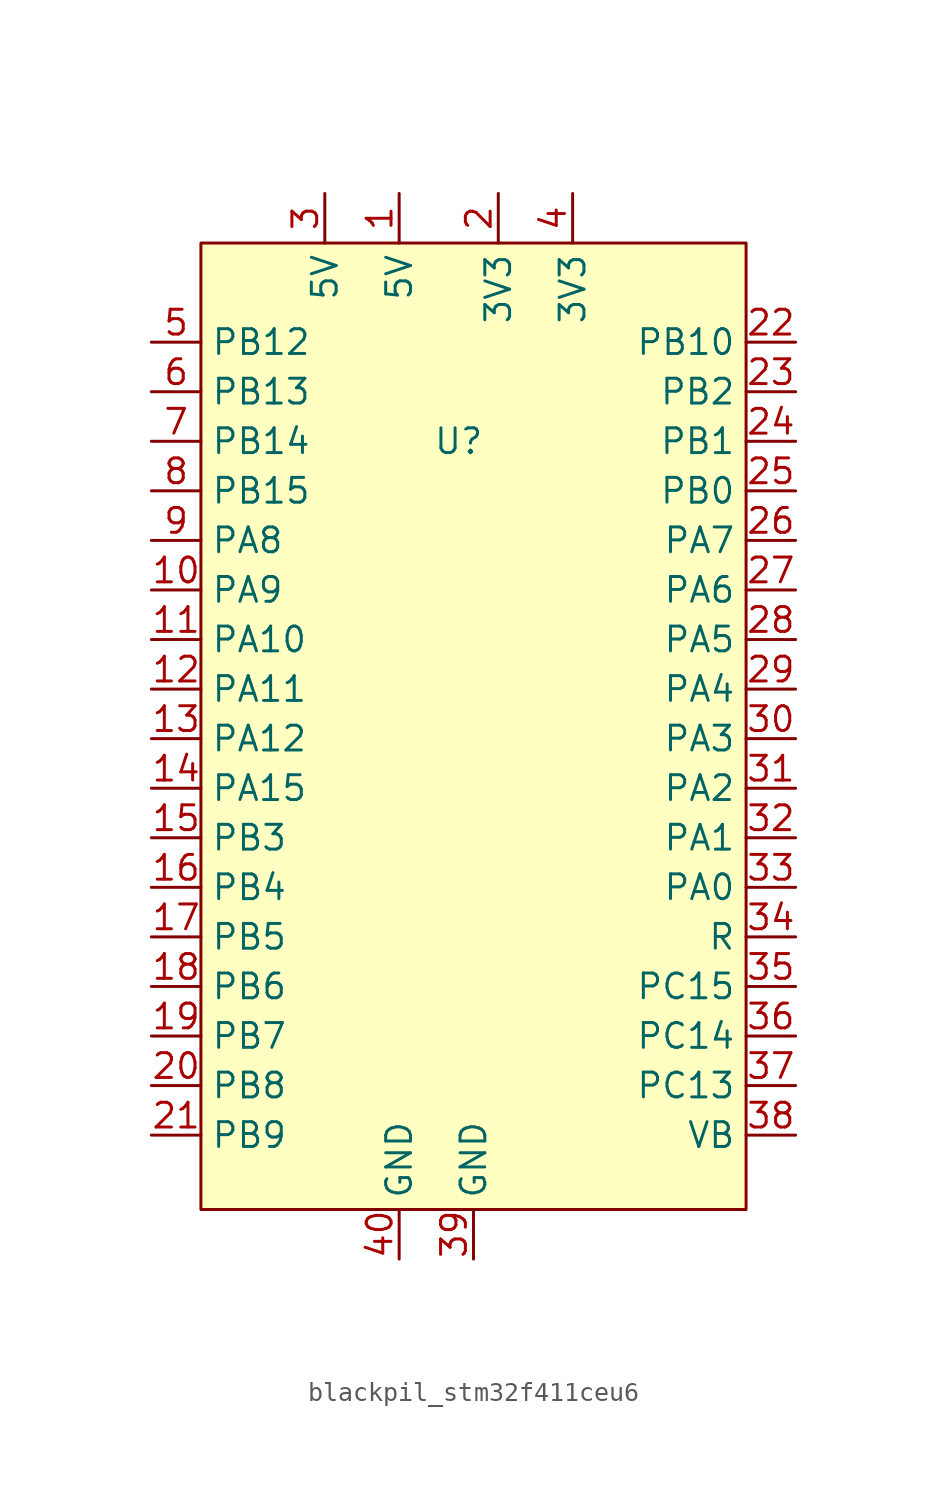
<source format=kicad_sym>
(kicad_symbol_lib
  (version 20241209)
  (generator "kicad_symbol_editor")
  (generator_version "9.0")
  (symbol "blackpil_stm32f411ceu6"
    (property "Reference" "U"
      (at 0.508 -1.27 0)
      (effects (font (size 1.27 1.27))))
    (property "Value" ""
      (at 0 0 0)
      (effects (font (size 1.27 1.27))))
    (symbol "blackpil_stm32f411ceu6_1_1"
      (rectangle (start -12.7 8.89) (end 15.24 -40.64) (stroke (width 0) (type solid)) (fill (type color) (color 255 255 194 1)))
      (pin input line (at -15.24 3.81 0) (length 2.54) (name "PB12" (effects (font (size 1.27 1.27)))) (number "5" (effects (font (size 1.27 1.27)))))
      (pin input line (at -15.24 1.27 0) (length 2.54) (name "PB13" (effects (font (size 1.27 1.27)))) (number "6" (effects (font (size 1.27 1.27)))))
      (pin input line (at -15.24 -1.27 0) (length 2.54) (name "PB14" (effects (font (size 1.27 1.27)))) (number "7" (effects (font (size 1.27 1.27)))))
      (pin input line (at -15.24 -3.81 0) (length 2.54) (name "PB15" (effects (font (size 1.27 1.27)))) (number "8" (effects (font (size 1.27 1.27)))))
      (pin input line (at -15.24 -6.35 0) (length 2.54) (name "PA8" (effects (font (size 1.27 1.27)))) (number "9" (effects (font (size 1.27 1.27)))))
      (pin input line (at -15.24 -8.89 0) (length 2.54) (name "PA9" (effects (font (size 1.27 1.27)))) (number "10" (effects (font (size 1.27 1.27)))))
      (pin input line (at -15.24 -11.43 0) (length 2.54) (name "PA10" (effects (font (size 1.27 1.27)))) (number "11" (effects (font (size 1.27 1.27)))))
      (pin input line (at -15.24 -13.97 0) (length 2.54) (name "PA11" (effects (font (size 1.27 1.27)))) (number "12" (effects (font (size 1.27 1.27)))))
      (pin input line (at -15.24 -16.51 0) (length 2.54) (name "PA12" (effects (font (size 1.27 1.27)))) (number "13" (effects (font (size 1.27 1.27)))))
      (pin input line (at -15.24 -19.05 0) (length 2.54) (name "PA15" (effects (font (size 1.27 1.27)))) (number "14" (effects (font (size 1.27 1.27)))))
      (pin input line (at -15.24 -21.59 0) (length 2.54) (name "PB3" (effects (font (size 1.27 1.27)))) (number "15" (effects (font (size 1.27 1.27)))))
      (pin input line (at -15.24 -24.13 0) (length 2.54) (name "PB4" (effects (font (size 1.27 1.27)))) (number "16" (effects (font (size 1.27 1.27)))))
      (pin input line (at -15.24 -26.67 0) (length 2.54) (name "PB5" (effects (font (size 1.27 1.27)))) (number "17" (effects (font (size 1.27 1.27)))))
      (pin input line (at -15.24 -29.21 0) (length 2.54) (name "PB6" (effects (font (size 1.27 1.27)))) (number "18" (effects (font (size 1.27 1.27)))))
      (pin input line (at -15.24 -31.75 0) (length 2.54) (name "PB7" (effects (font (size 1.27 1.27)))) (number "19" (effects (font (size 1.27 1.27)))))
      (pin input line (at -15.24 -34.29 0) (length 2.54) (name "PB8" (effects (font (size 1.27 1.27)))) (number "20" (effects (font (size 1.27 1.27)))))
      (pin input line (at -15.24 -36.83 0) (length 2.54) (name "PB9" (effects (font (size 1.27 1.27)))) (number "21" (effects (font (size 1.27 1.27)))))
      (pin input line (at -6.35 11.43 270) (length 2.54) (name "5V" (effects (font (size 1.27 1.27)))) (number "3" (effects (font (size 1.27 1.27)))))
      (pin input line (at -2.54 11.43 270) (length 2.54) (name "5V" (effects (font (size 1.27 1.27)))) (number "1" (effects (font (size 1.27 1.27)))))
      (pin input line (at -2.54 -43.18 90) (length 2.54) (name "GND" (effects (font (size 1.27 1.27)))) (number "40" (effects (font (size 1.27 1.27)))))
      (pin input line (at 1.27 -43.18 90) (length 2.54) (name "GND" (effects (font (size 1.27 1.27)))) (number "39" (effects (font (size 1.27 1.27)))))
      (pin input line (at 2.54 11.43 270) (length 2.54) (name "3V3" (effects (font (size 1.27 1.27)))) (number "2" (effects (font (size 1.27 1.27)))))
      (pin input line (at 6.35 11.43 270) (length 2.54) (name "3V3" (effects (font (size 1.27 1.27)))) (number "4" (effects (font (size 1.27 1.27)))))
      (pin input line (at 17.78 3.81 180) (length 2.54) (name "PB10" (effects (font (size 1.27 1.27)))) (number "22" (effects (font (size 1.27 1.27)))))
      (pin input line (at 17.78 1.27 180) (length 2.54) (name "PB2" (effects (font (size 1.27 1.27)))) (number "23" (effects (font (size 1.27 1.27)))))
      (pin input line (at 17.78 -1.27 180) (length 2.54) (name "PB1" (effects (font (size 1.27 1.27)))) (number "24" (effects (font (size 1.27 1.27)))))
      (pin input line (at 17.78 -3.81 180) (length 2.54) (name "PB0" (effects (font (size 1.27 1.27)))) (number "25" (effects (font (size 1.27 1.27)))))
      (pin input line (at 17.78 -6.35 180) (length 2.54) (name "PA7" (effects (font (size 1.27 1.27)))) (number "26" (effects (font (size 1.27 1.27)))))
      (pin input line (at 17.78 -8.89 180) (length 2.54) (name "PA6" (effects (font (size 1.27 1.27)))) (number "27" (effects (font (size 1.27 1.27)))))
      (pin input line (at 17.78 -11.43 180) (length 2.54) (name "PA5" (effects (font (size 1.27 1.27)))) (number "28" (effects (font (size 1.27 1.27)))))
      (pin input line (at 17.78 -13.97 180) (length 2.54) (name "PA4" (effects (font (size 1.27 1.27)))) (number "29" (effects (font (size 1.27 1.27)))))
      (pin input line (at 17.78 -16.51 180) (length 2.54) (name "PA3" (effects (font (size 1.27 1.27)))) (number "30" (effects (font (size 1.27 1.27)))))
      (pin input line (at 17.78 -19.05 180) (length 2.54) (name "PA2" (effects (font (size 1.27 1.27)))) (number "31" (effects (font (size 1.27 1.27)))))
      (pin input line (at 17.78 -21.59 180) (length 2.54) (name "PA1" (effects (font (size 1.27 1.27)))) (number "32" (effects (font (size 1.27 1.27)))))
      (pin input line (at 17.78 -24.13 180) (length 2.54) (name "PA0" (effects (font (size 1.27 1.27)))) (number "33" (effects (font (size 1.27 1.27)))))
      (pin input line (at 17.78 -26.67 180) (length 2.54) (name "R" (effects (font (size 1.27 1.27)))) (number "34" (effects (font (size 1.27 1.27)))))
      (pin input line (at 17.78 -29.21 180) (length 2.54) (name "PC15" (effects (font (size 1.27 1.27)))) (number "35" (effects (font (size 1.27 1.27)))))
      (pin input line (at 17.78 -31.75 180) (length 2.54) (name "PC14" (effects (font (size 1.27 1.27)))) (number "36" (effects (font (size 1.27 1.27)))))
      (pin input line (at 17.78 -34.29 180) (length 2.54) (name "PC13" (effects (font (size 1.27 1.27)))) (number "37" (effects (font (size 1.27 1.27)))))
      (pin input line (at 17.78 -36.83 180) (length 2.54) (name "VB" (effects (font (size 1.27 1.27)))) (number "38" (effects (font (size 1.27 1.27))))))))
</source>
